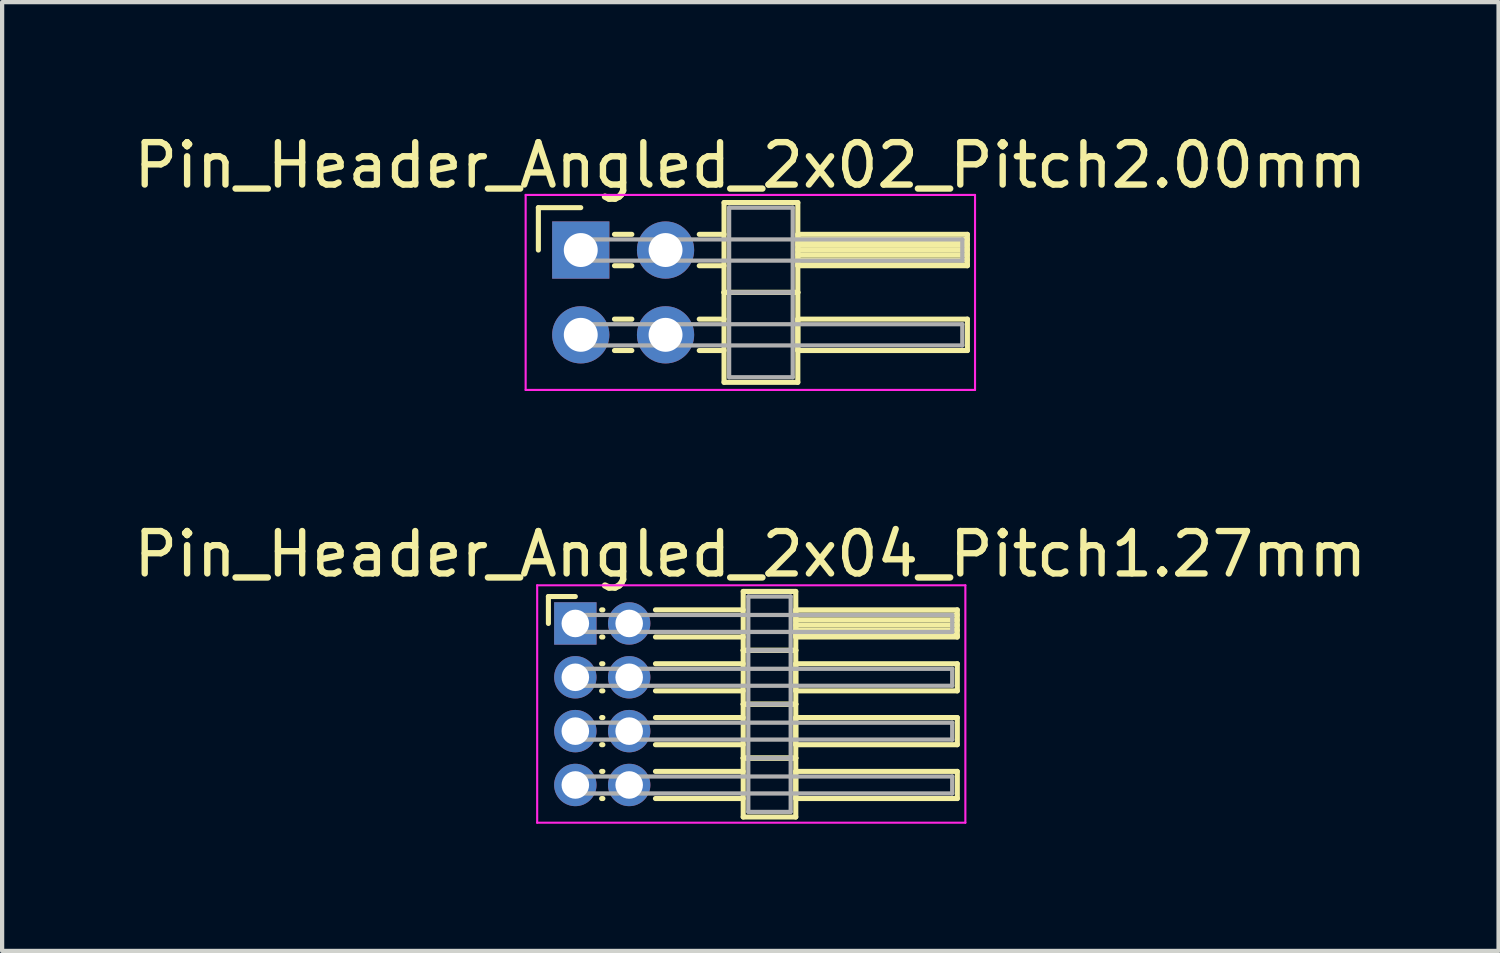
<source format=kicad_pcb>
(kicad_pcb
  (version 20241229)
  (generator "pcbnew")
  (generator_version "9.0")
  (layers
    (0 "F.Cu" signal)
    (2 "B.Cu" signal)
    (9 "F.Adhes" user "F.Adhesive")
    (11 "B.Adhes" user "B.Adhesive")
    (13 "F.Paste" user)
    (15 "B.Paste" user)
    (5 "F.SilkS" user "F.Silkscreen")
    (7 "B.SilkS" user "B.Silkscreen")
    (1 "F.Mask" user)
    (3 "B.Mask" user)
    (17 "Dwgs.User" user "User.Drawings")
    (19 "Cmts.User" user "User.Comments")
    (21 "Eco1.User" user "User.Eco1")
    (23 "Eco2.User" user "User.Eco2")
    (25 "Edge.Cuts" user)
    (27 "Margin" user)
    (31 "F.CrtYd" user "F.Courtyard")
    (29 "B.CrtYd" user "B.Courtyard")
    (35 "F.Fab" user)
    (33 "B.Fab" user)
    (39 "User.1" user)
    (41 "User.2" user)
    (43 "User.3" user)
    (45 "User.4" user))
  (footprint "Pin_Header_Angled_2x02_Pitch2.00mm"
    (layer "F.Cu")
    (at 10.649 2.848)
    (property "Reference" "Pin_Header_Angled_2x02_Pitch2.00mm" (at 4 -2 0) (layer "F.SilkS") (effects (font (size 1 1) (thickness 0.15))))
    (attr through_hole)
    (fp_line (start -1 -1) (end 0 -1) (stroke (width 0.12) (type solid)) (layer "F.SilkS"))
    (fp_line (start -1 0) (end -1 -1) (stroke (width 0.12) (type solid)) (layer "F.SilkS"))
    (fp_line (start 0.795 -0.37) (end 1.205 -0.37) (stroke (width 0.12) (type solid)) (layer "F.SilkS"))
    (fp_line (start 0.795 0.37) (end 1.205 0.37) (stroke (width 0.12) (type solid)) (layer "F.SilkS"))
    (fp_line (start 0.795 1.63) (end 1.205 1.63) (stroke (width 0.12) (type solid)) (layer "F.SilkS"))
    (fp_line (start 0.795 2.37) (end 1.205 2.37) (stroke (width 0.12) (type solid)) (layer "F.SilkS"))
    (fp_line (start 2.795 -0.37) (end 3.38 -0.37) (stroke (width 0.12) (type solid)) (layer "F.SilkS"))
    (fp_line (start 2.795 0.37) (end 3.38 0.37) (stroke (width 0.12) (type solid)) (layer "F.SilkS"))
    (fp_line (start 2.795 1.63) (end 3.38 1.63) (stroke (width 0.12) (type solid)) (layer "F.SilkS"))
    (fp_line (start 2.795 2.37) (end 3.38 2.37) (stroke (width 0.12) (type solid)) (layer "F.SilkS"))
    (fp_line (start 3.38 -1.12) (end 3.38 1) (stroke (width 0.12) (type solid)) (layer "F.SilkS"))
    (fp_line (start 3.38 1) (end 3.38 3.12) (stroke (width 0.12) (type solid)) (layer "F.SilkS"))
    (fp_line (start 3.38 1) (end 5.12 1) (stroke (width 0.12) (type solid)) (layer "F.SilkS"))
    (fp_line (start 3.38 3.12) (end 5.12 3.12) (stroke (width 0.12) (type solid)) (layer "F.SilkS"))
    (fp_line (start 5.12 -1.12) (end 3.38 -1.12) (stroke (width 0.12) (type solid)) (layer "F.SilkS"))
    (fp_line (start 5.12 -0.37) (end 5.12 0.37) (stroke (width 0.12) (type solid)) (layer "F.SilkS"))
    (fp_line (start 5.12 -0.25) (end 9.12 -0.25) (stroke (width 0.12) (type solid)) (layer "F.SilkS"))
    (fp_line (start 5.12 -0.13) (end 9.12 -0.13) (stroke (width 0.12) (type solid)) (layer "F.SilkS"))
    (fp_line (start 5.12 -0.01) (end 9.12 -0.01) (stroke (width 0.12) (type solid)) (layer "F.SilkS"))
    (fp_line (start 5.12 0.11) (end 9.12 0.11) (stroke (width 0.12) (type solid)) (layer "F.SilkS"))
    (fp_line (start 5.12 0.23) (end 9.12 0.23) (stroke (width 0.12) (type solid)) (layer "F.SilkS"))
    (fp_line (start 5.12 0.35) (end 9.12 0.35) (stroke (width 0.12) (type solid)) (layer "F.SilkS"))
    (fp_line (start 5.12 0.37) (end 9.12 0.37) (stroke (width 0.12) (type solid)) (layer "F.SilkS"))
    (fp_line (start 5.12 1) (end 3.38 1) (stroke (width 0.12) (type solid)) (layer "F.SilkS"))
    (fp_line (start 5.12 1) (end 5.12 -1.12) (stroke (width 0.12) (type solid)) (layer "F.SilkS"))
    (fp_line (start 5.12 1.63) (end 5.12 2.37) (stroke (width 0.12) (type solid)) (layer "F.SilkS"))
    (fp_line (start 5.12 2.37) (end 9.12 2.37) (stroke (width 0.12) (type solid)) (layer "F.SilkS"))
    (fp_line (start 5.12 3.12) (end 5.12 1) (stroke (width 0.12) (type solid)) (layer "F.SilkS"))
    (fp_line (start 9.12 -0.37) (end 5.12 -0.37) (stroke (width 0.12) (type solid)) (layer "F.SilkS"))
    (fp_line (start 9.12 0.37) (end 9.12 -0.37) (stroke (width 0.12) (type solid)) (layer "F.SilkS"))
    (fp_line (start 9.12 1.63) (end 5.12 1.63) (stroke (width 0.12) (type solid)) (layer "F.SilkS"))
    (fp_line (start 9.12 2.37) (end 9.12 1.63) (stroke (width 0.12) (type solid)) (layer "F.SilkS"))
    (fp_line (start -1.3 -1.3) (end -1.3 3.3) (stroke (width 0.05) (type solid)) (layer "F.CrtYd"))
    (fp_line (start -1.3 3.3) (end 9.3 3.3) (stroke (width 0.05) (type solid)) (layer "F.CrtYd"))
    (fp_line (start 9.3 -1.3) (end -1.3 -1.3) (stroke (width 0.05) (type solid)) (layer "F.CrtYd"))
    (fp_line (start 9.3 3.3) (end 9.3 -1.3) (stroke (width 0.05) (type solid)) (layer "F.CrtYd"))
    (fp_line (start 0 -0.25) (end 0 0.25) (stroke (width 0.1) (type solid)) (layer "F.Fab"))
    (fp_line (start 0 0.25) (end 9 0.25) (stroke (width 0.1) (type solid)) (layer "F.Fab"))
    (fp_line (start 0 1.75) (end 0 2.25) (stroke (width 0.1) (type solid)) (layer "F.Fab"))
    (fp_line (start 0 2.25) (end 9 2.25) (stroke (width 0.1) (type solid)) (layer "F.Fab"))
    (fp_line (start 3.5 -1) (end 3.5 1) (stroke (width 0.1) (type solid)) (layer "F.Fab"))
    (fp_line (start 3.5 1) (end 3.5 3) (stroke (width 0.1) (type solid)) (layer "F.Fab"))
    (fp_line (start 3.5 1) (end 5 1) (stroke (width 0.1) (type solid)) (layer "F.Fab"))
    (fp_line (start 3.5 3) (end 5 3) (stroke (width 0.1) (type solid)) (layer "F.Fab"))
    (fp_line (start 5 -1) (end 3.5 -1) (stroke (width 0.1) (type solid)) (layer "F.Fab"))
    (fp_line (start 5 1) (end 3.5 1) (stroke (width 0.1) (type solid)) (layer "F.Fab"))
    (fp_line (start 5 1) (end 5 -1) (stroke (width 0.1) (type solid)) (layer "F.Fab"))
    (fp_line (start 5 3) (end 5 1) (stroke (width 0.1) (type solid)) (layer "F.Fab"))
    (fp_line (start 9 -0.25) (end 0 -0.25) (stroke (width 0.1) (type solid)) (layer "F.Fab"))
    (fp_line (start 9 0.25) (end 9 -0.25) (stroke (width 0.1) (type solid)) (layer "F.Fab"))
    (fp_line (start 9 1.75) (end 0 1.75) (stroke (width 0.1) (type solid)) (layer "F.Fab"))
    (fp_line (start 9 2.25) (end 9 1.75) (stroke (width 0.1) (type solid)) (layer "F.Fab"))
    (pad "1" thru_hole rect (at 0 0) (size 1.35 1.35) (drill 0.8) (layers "*.Cu" "*.Mask"))
    (pad "2" thru_hole oval (at 2 0) (size 1.35 1.35) (drill 0.8) (layers "*.Cu" "*.Mask"))
    (pad "3" thru_hole oval (at 0 2) (size 1.35 1.35) (drill 0.8) (layers "*.Cu" "*.Mask"))
    (pad "4" thru_hole oval (at 2 2) (size 1.35 1.35) (drill 0.8) (layers "*.Cu" "*.Mask")))
  (footprint "Pin_Header_Angled_2x04_Pitch1.27mm"
    (layer "F.Cu")
    (at 10.521 11.656)
    (property "Reference" "Pin_Header_Angled_2x04_Pitch1.27mm" (at 4.128 -1.635 0) (layer "F.SilkS") (effects (font (size 1 1) (thickness 0.15))))
    (attr through_hole)
    (fp_line (start -0.635 -0.635) (end 0 -0.635) (stroke (width 0.12) (type solid)) (layer "F.SilkS"))
    (fp_line (start -0.635 0) (end -0.635 -0.635) (stroke (width 0.12) (type solid)) (layer "F.SilkS"))
    (fp_line (start 0.62 -0.32) (end 0.65 -0.32) (stroke (width 0.12) (type solid)) (layer "F.SilkS"))
    (fp_line (start 0.62 0.32) (end 0.65 0.32) (stroke (width 0.12) (type solid)) (layer "F.SilkS"))
    (fp_line (start 0.62 0.95) (end 0.65 0.95) (stroke (width 0.12) (type solid)) (layer "F.SilkS"))
    (fp_line (start 0.62 1.59) (end 0.65 1.59) (stroke (width 0.12) (type solid)) (layer "F.SilkS"))
    (fp_line (start 0.62 2.22) (end 0.65 2.22) (stroke (width 0.12) (type solid)) (layer "F.SilkS"))
    (fp_line (start 0.62 2.86) (end 0.65 2.86) (stroke (width 0.12) (type solid)) (layer "F.SilkS"))
    (fp_line (start 0.62 3.49) (end 0.65 3.49) (stroke (width 0.12) (type solid)) (layer "F.SilkS"))
    (fp_line (start 0.62 4.13) (end 0.65 4.13) (stroke (width 0.12) (type solid)) (layer "F.SilkS"))
    (fp_line (start 1.89 -0.32) (end 3.96 -0.32) (stroke (width 0.12) (type solid)) (layer "F.SilkS"))
    (fp_line (start 1.89 0.32) (end 3.96 0.32) (stroke (width 0.12) (type solid)) (layer "F.SilkS"))
    (fp_line (start 1.89 0.95) (end 3.96 0.95) (stroke (width 0.12) (type solid)) (layer "F.SilkS"))
    (fp_line (start 1.89 1.59) (end 3.96 1.59) (stroke (width 0.12) (type solid)) (layer "F.SilkS"))
    (fp_line (start 1.89 2.22) (end 3.96 2.22) (stroke (width 0.12) (type solid)) (layer "F.SilkS"))
    (fp_line (start 1.89 2.86) (end 3.96 2.86) (stroke (width 0.12) (type solid)) (layer "F.SilkS"))
    (fp_line (start 1.89 3.49) (end 3.96 3.49) (stroke (width 0.12) (type solid)) (layer "F.SilkS"))
    (fp_line (start 1.89 4.13) (end 3.96 4.13) (stroke (width 0.12) (type solid)) (layer "F.SilkS"))
    (fp_line (start 3.96 -0.755) (end 3.96 0.635) (stroke (width 0.12) (type solid)) (layer "F.SilkS"))
    (fp_line (start 3.96 0.635) (end 3.96 1.905) (stroke (width 0.12) (type solid)) (layer "F.SilkS"))
    (fp_line (start 3.96 0.635) (end 5.2 0.635) (stroke (width 0.12) (type solid)) (layer "F.SilkS"))
    (fp_line (start 3.96 1.905) (end 3.96 3.175) (stroke (width 0.12) (type solid)) (layer "F.SilkS"))
    (fp_line (start 3.96 1.905) (end 5.2 1.905) (stroke (width 0.12) (type solid)) (layer "F.SilkS"))
    (fp_line (start 3.96 3.175) (end 3.96 4.565) (stroke (width 0.12) (type solid)) (layer "F.SilkS"))
    (fp_line (start 3.96 3.175) (end 5.2 3.175) (stroke (width 0.12) (type solid)) (layer "F.SilkS"))
    (fp_line (start 3.96 4.565) (end 5.2 4.565) (stroke (width 0.12) (type solid)) (layer "F.SilkS"))
    (fp_line (start 5.2 -0.755) (end 3.96 -0.755) (stroke (width 0.12) (type solid)) (layer "F.SilkS"))
    (fp_line (start 5.2 -0.32) (end 5.2 0.32) (stroke (width 0.12) (type solid)) (layer "F.SilkS"))
    (fp_line (start 5.2 -0.2) (end 9.01 -0.2) (stroke (width 0.12) (type solid)) (layer "F.SilkS"))
    (fp_line (start 5.2 -0.08) (end 9.01 -0.08) (stroke (width 0.12) (type solid)) (layer "F.SilkS"))
    (fp_line (start 5.2 0.04) (end 9.01 0.04) (stroke (width 0.12) (type solid)) (layer "F.SilkS"))
    (fp_line (start 5.2 0.16) (end 9.01 0.16) (stroke (width 0.12) (type solid)) (layer "F.SilkS"))
    (fp_line (start 5.2 0.28) (end 9.01 0.28) (stroke (width 0.12) (type solid)) (layer "F.SilkS"))
    (fp_line (start 5.2 0.32) (end 9.01 0.32) (stroke (width 0.12) (type solid)) (layer "F.SilkS"))
    (fp_line (start 5.2 0.635) (end 3.96 0.635) (stroke (width 0.12) (type solid)) (layer "F.SilkS"))
    (fp_line (start 5.2 0.635) (end 5.2 -0.755) (stroke (width 0.12) (type solid)) (layer "F.SilkS"))
    (fp_line (start 5.2 0.95) (end 5.2 1.59) (stroke (width 0.12) (type solid)) (layer "F.SilkS"))
    (fp_line (start 5.2 1.59) (end 9.01 1.59) (stroke (width 0.12) (type solid)) (layer "F.SilkS"))
    (fp_line (start 5.2 1.905) (end 3.96 1.905) (stroke (width 0.12) (type solid)) (layer "F.SilkS"))
    (fp_line (start 5.2 1.905) (end 5.2 0.635) (stroke (width 0.12) (type solid)) (layer "F.SilkS"))
    (fp_line (start 5.2 2.22) (end 5.2 2.86) (stroke (width 0.12) (type solid)) (layer "F.SilkS"))
    (fp_line (start 5.2 2.86) (end 9.01 2.86) (stroke (width 0.12) (type solid)) (layer "F.SilkS"))
    (fp_line (start 5.2 3.175) (end 3.96 3.175) (stroke (width 0.12) (type solid)) (layer "F.SilkS"))
    (fp_line (start 5.2 3.175) (end 5.2 1.905) (stroke (width 0.12) (type solid)) (layer "F.SilkS"))
    (fp_line (start 5.2 3.49) (end 5.2 4.13) (stroke (width 0.12) (type solid)) (layer "F.SilkS"))
    (fp_line (start 5.2 4.13) (end 9.01 4.13) (stroke (width 0.12) (type solid)) (layer "F.SilkS"))
    (fp_line (start 5.2 4.565) (end 5.2 3.175) (stroke (width 0.12) (type solid)) (layer "F.SilkS"))
    (fp_line (start 9.01 -0.32) (end 5.2 -0.32) (stroke (width 0.12) (type solid)) (layer "F.SilkS"))
    (fp_line (start 9.01 0.32) (end 9.01 -0.32) (stroke (width 0.12) (type solid)) (layer "F.SilkS"))
    (fp_line (start 9.01 0.95) (end 5.2 0.95) (stroke (width 0.12) (type solid)) (layer "F.SilkS"))
    (fp_line (start 9.01 1.59) (end 9.01 0.95) (stroke (width 0.12) (type solid)) (layer "F.SilkS"))
    (fp_line (start 9.01 2.22) (end 5.2 2.22) (stroke (width 0.12) (type solid)) (layer "F.SilkS"))
    (fp_line (start 9.01 2.86) (end 9.01 2.22) (stroke (width 0.12) (type solid)) (layer "F.SilkS"))
    (fp_line (start 9.01 3.49) (end 5.2 3.49) (stroke (width 0.12) (type solid)) (layer "F.SilkS"))
    (fp_line (start 9.01 4.13) (end 9.01 3.49) (stroke (width 0.12) (type solid)) (layer "F.SilkS"))
    (fp_line (start -0.9 -0.9) (end -0.9 4.7) (stroke (width 0.05) (type solid)) (layer "F.CrtYd"))
    (fp_line (start -0.9 4.7) (end 9.2 4.7) (stroke (width 0.05) (type solid)) (layer "F.CrtYd"))
    (fp_line (start 9.2 -0.9) (end -0.9 -0.9) (stroke (width 0.05) (type solid)) (layer "F.CrtYd"))
    (fp_line (start 9.2 4.7) (end 9.2 -0.9) (stroke (width 0.05) (type solid)) (layer "F.CrtYd"))
    (fp_line (start 0 -0.2) (end 0 0.2) (stroke (width 0.1) (type solid)) (layer "F.Fab"))
    (fp_line (start 0 0.2) (end 8.89 0.2) (stroke (width 0.1) (type solid)) (layer "F.Fab"))
    (fp_line (start 0 1.07) (end 0 1.47) (stroke (width 0.1) (type solid)) (layer "F.Fab"))
    (fp_line (start 0 1.47) (end 8.89 1.47) (stroke (width 0.1) (type solid)) (layer "F.Fab"))
    (fp_line (start 0 2.34) (end 0 2.74) (stroke (width 0.1) (type solid)) (layer "F.Fab"))
    (fp_line (start 0 2.74) (end 8.89 2.74) (stroke (width 0.1) (type solid)) (layer "F.Fab"))
    (fp_line (start 0 3.61) (end 0 4.01) (stroke (width 0.1) (type solid)) (layer "F.Fab"))
    (fp_line (start 0 4.01) (end 8.89 4.01) (stroke (width 0.1) (type solid)) (layer "F.Fab"))
    (fp_line (start 4.08 -0.635) (end 4.08 0.635) (stroke (width 0.1) (type solid)) (layer "F.Fab"))
    (fp_line (start 4.08 0.635) (end 4.08 1.905) (stroke (width 0.1) (type solid)) (layer "F.Fab"))
    (fp_line (start 4.08 0.635) (end 5.08 0.635) (stroke (width 0.1) (type solid)) (layer "F.Fab"))
    (fp_line (start 4.08 1.905) (end 4.08 3.175) (stroke (width 0.1) (type solid)) (layer "F.Fab"))
    (fp_line (start 4.08 1.905) (end 5.08 1.905) (stroke (width 0.1) (type solid)) (layer "F.Fab"))
    (fp_line (start 4.08 3.175) (end 4.08 4.445) (stroke (width 0.1) (type solid)) (layer "F.Fab"))
    (fp_line (start 4.08 3.175) (end 5.08 3.175) (stroke (width 0.1) (type solid)) (layer "F.Fab"))
    (fp_line (start 4.08 4.445) (end 5.08 4.445) (stroke (width 0.1) (type solid)) (layer "F.Fab"))
    (fp_line (start 5.08 -0.635) (end 4.08 -0.635) (stroke (width 0.1) (type solid)) (layer "F.Fab"))
    (fp_line (start 5.08 0.635) (end 4.08 0.635) (stroke (width 0.1) (type solid)) (layer "F.Fab"))
    (fp_line (start 5.08 0.635) (end 5.08 -0.635) (stroke (width 0.1) (type solid)) (layer "F.Fab"))
    (fp_line (start 5.08 1.905) (end 4.08 1.905) (stroke (width 0.1) (type solid)) (layer "F.Fab"))
    (fp_line (start 5.08 1.905) (end 5.08 0.635) (stroke (width 0.1) (type solid)) (layer "F.Fab"))
    (fp_line (start 5.08 3.175) (end 4.08 3.175) (stroke (width 0.1) (type solid)) (layer "F.Fab"))
    (fp_line (start 5.08 3.175) (end 5.08 1.905) (stroke (width 0.1) (type solid)) (layer "F.Fab"))
    (fp_line (start 5.08 4.445) (end 5.08 3.175) (stroke (width 0.1) (type solid)) (layer "F.Fab"))
    (fp_line (start 8.89 -0.2) (end 0 -0.2) (stroke (width 0.1) (type solid)) (layer "F.Fab"))
    (fp_line (start 8.89 0.2) (end 8.89 -0.2) (stroke (width 0.1) (type solid)) (layer "F.Fab"))
    (fp_line (start 8.89 1.07) (end 0 1.07) (stroke (width 0.1) (type solid)) (layer "F.Fab"))
    (fp_line (start 8.89 1.47) (end 8.89 1.07) (stroke (width 0.1) (type solid)) (layer "F.Fab"))
    (fp_line (start 8.89 2.34) (end 0 2.34) (stroke (width 0.1) (type solid)) (layer "F.Fab"))
    (fp_line (start 8.89 2.74) (end 8.89 2.34) (stroke (width 0.1) (type solid)) (layer "F.Fab"))
    (fp_line (start 8.89 3.61) (end 0 3.61) (stroke (width 0.1) (type solid)) (layer "F.Fab"))
    (fp_line (start 8.89 4.01) (end 8.89 3.61) (stroke (width 0.1) (type solid)) (layer "F.Fab"))
    (pad "1" thru_hole rect (at 0 0) (size 1 1) (drill 0.65) (layers "*.Cu" "*.Mask"))
    (pad "2" thru_hole oval (at 1.27 0) (size 1 1) (drill 0.65) (layers "*.Cu" "*.Mask"))
    (pad "3" thru_hole oval (at 0 1.27) (size 1 1) (drill 0.65) (layers "*.Cu" "*.Mask"))
    (pad "4" thru_hole oval (at 1.27 1.27) (size 1 1) (drill 0.65) (layers "*.Cu" "*.Mask"))
    (pad "5" thru_hole oval (at 0 2.54) (size 1 1) (drill 0.65) (layers "*.Cu" "*.Mask"))
    (pad "6" thru_hole oval (at 1.27 2.54) (size 1 1) (drill 0.65) (layers "*.Cu" "*.Mask"))
    (pad "7" thru_hole oval (at 0 3.81) (size 1 1) (drill 0.65) (layers "*.Cu" "*.Mask"))
    (pad "8" thru_hole oval (at 1.27 3.81) (size 1 1) (drill 0.65) (layers "*.Cu" "*.Mask")))
  (gr_rect
    (start -3 -3)
    (end 32.298 19.381)
    (stroke (width 0.1) (type default))
    (fill no)
    (layer "Edge.Cuts")))
</source>
